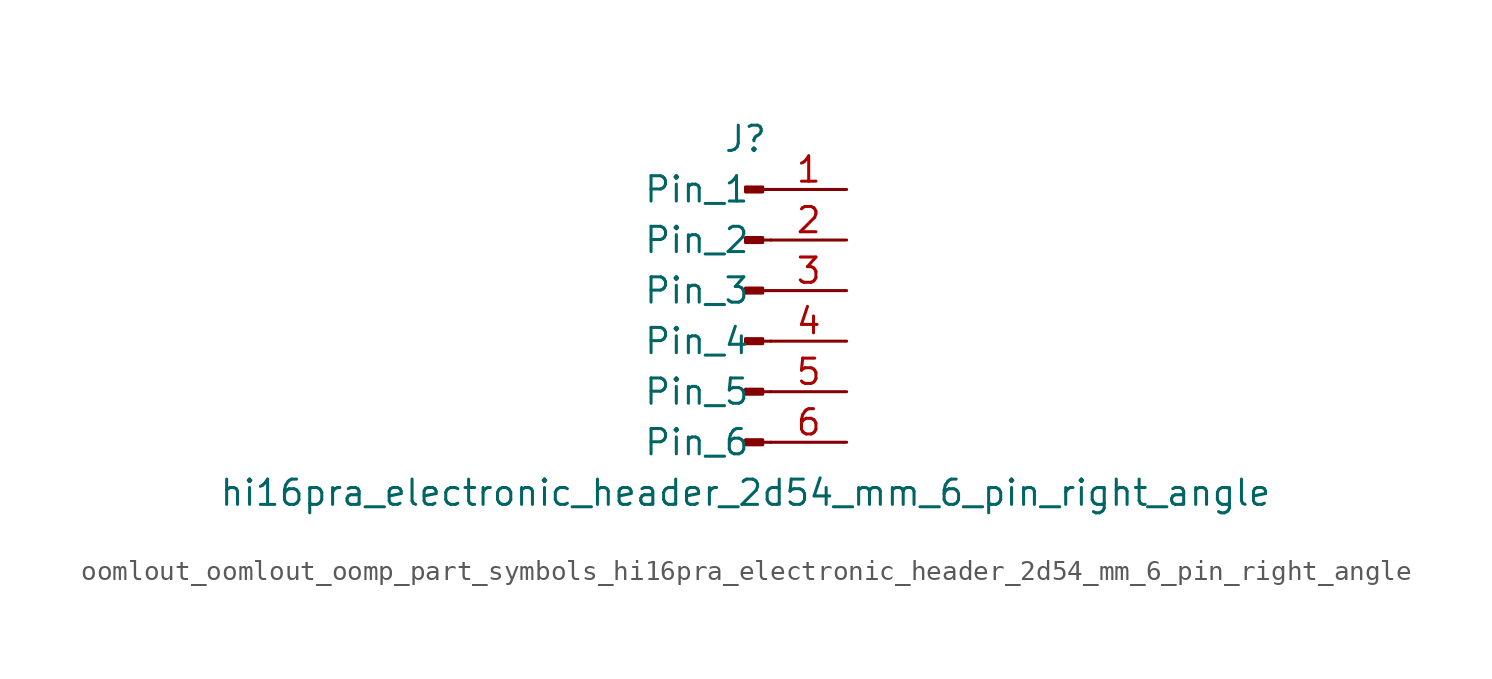
<source format=kicad_sym>
(kicad_symbol_lib
  (version 20220914)
  (generator kicad_symbol_editor)
  (symbol "oomlout_oomlout_oomp_part_symbols_hi16pra_electronic_header_2d54_mm_6_pin_right_angle"
    (pin_names
      (offset 1.016))
    (property "Reference" "J"
      (at 0 7.62 0)
      (effects (font (size 1.27 1.27))))
    (property "Value" "hi16pra_electronic_header_2d54_mm_6_pin_right_angle"
      (at 0 -10.16 0)
      (effects (font (size 1.27 1.27))))
    (property "ki_locked" ""
      (at 0 0 0)
      (effects (font (size 1.27 1.27))))
    (symbol "oomlout_oomlout_oomp_part_symbols_hi16pra_electronic_header_2d54_mm_6_pin_right_angle_1_1"
      (polyline (pts (xy 1.27 -7.62) (xy 0.864 -7.62)) (stroke (width 0.152) (type default)) (fill (type none)))
      (polyline (pts (xy 1.27 -5.08) (xy 0.864 -5.08)) (stroke (width 0.152) (type default)) (fill (type none)))
      (polyline (pts (xy 1.27 -2.54) (xy 0.864 -2.54)) (stroke (width 0.152) (type default)) (fill (type none)))
      (polyline (pts (xy 1.27 0) (xy 0.864 0)) (stroke (width 0.152) (type default)) (fill (type none)))
      (polyline (pts (xy 1.27 2.54) (xy 0.864 2.54)) (stroke (width 0.152) (type default)) (fill (type none)))
      (polyline (pts (xy 1.27 5.08) (xy 0.864 5.08)) (stroke (width 0.152) (type default)) (fill (type none)))
      (rectangle (start 0.864 -7.493) (end 0 -7.747) (stroke (width 0.152) (type default)) (fill (type outline)))
      (rectangle (start 0.864 -4.953) (end 0 -5.207) (stroke (width 0.152) (type default)) (fill (type outline)))
      (rectangle (start 0.864 -2.413) (end 0 -2.667) (stroke (width 0.152) (type default)) (fill (type outline)))
      (rectangle (start 0.864 0.127) (end 0 -0.127) (stroke (width 0.152) (type default)) (fill (type outline)))
      (rectangle (start 0.864 2.667) (end 0 2.413) (stroke (width 0.152) (type default)) (fill (type outline)))
      (rectangle (start 0.864 5.207) (end 0 4.953) (stroke (width 0.152) (type default)) (fill (type outline)))
      (pin passive line (at 5.08 5.08 180) (length 3.81) (name "Pin_1" (effects (font (size 1.27 1.27)))) (number "1" (effects (font (size 1.27 1.27)))))
      (pin passive line (at 5.08 2.54 180) (length 3.81) (name "Pin_2" (effects (font (size 1.27 1.27)))) (number "2" (effects (font (size 1.27 1.27)))))
      (pin passive line (at 5.08 0 180) (length 3.81) (name "Pin_3" (effects (font (size 1.27 1.27)))) (number "3" (effects (font (size 1.27 1.27)))))
      (pin passive line (at 5.08 -2.54 180) (length 3.81) (name "Pin_4" (effects (font (size 1.27 1.27)))) (number "4" (effects (font (size 1.27 1.27)))))
      (pin passive line (at 5.08 -5.08 180) (length 3.81) (name "Pin_5" (effects (font (size 1.27 1.27)))) (number "5" (effects (font (size 1.27 1.27)))))
      (pin passive line (at 5.08 -7.62 180) (length 3.81) (name "Pin_6" (effects (font (size 1.27 1.27)))) (number "6" (effects (font (size 1.27 1.27))))))))
</source>
